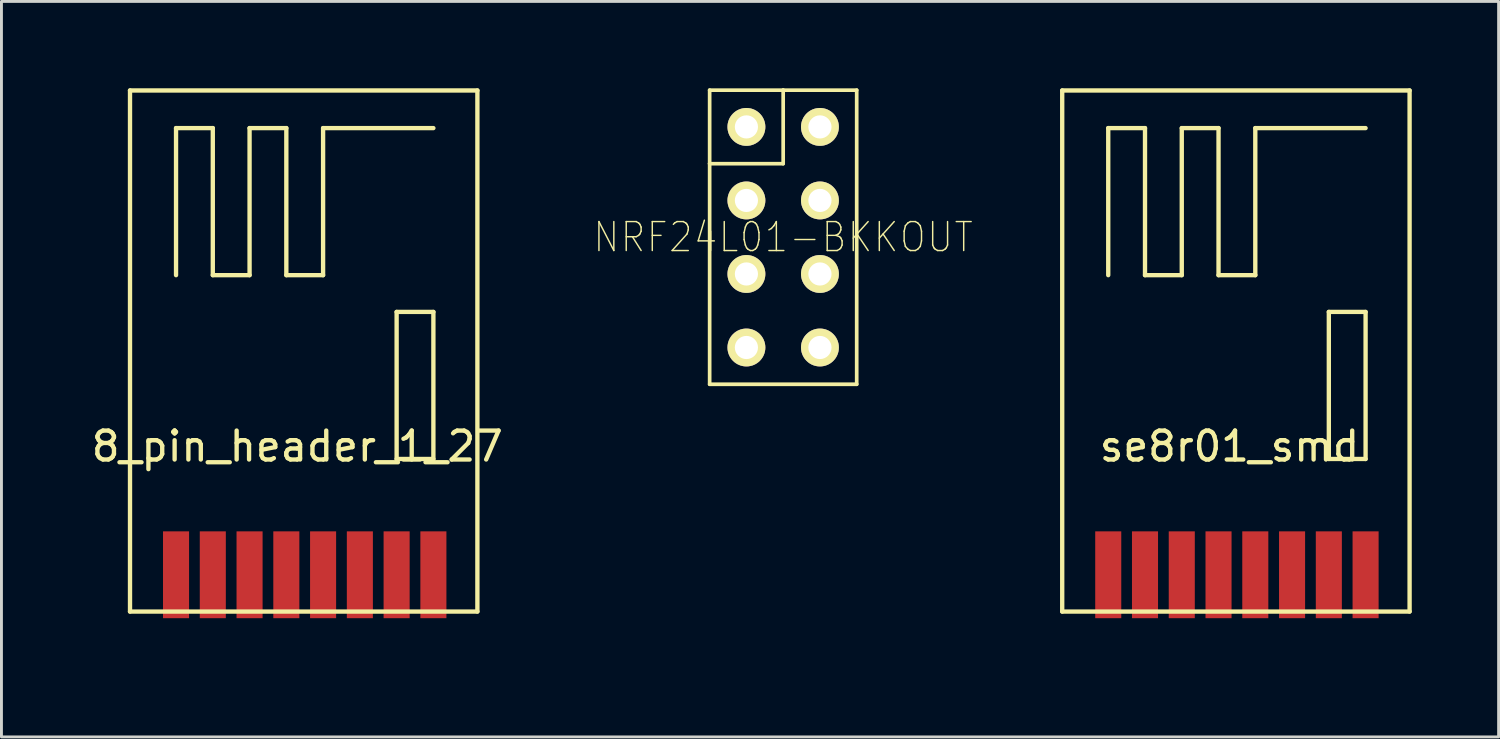
<source format=kicad_pcb>
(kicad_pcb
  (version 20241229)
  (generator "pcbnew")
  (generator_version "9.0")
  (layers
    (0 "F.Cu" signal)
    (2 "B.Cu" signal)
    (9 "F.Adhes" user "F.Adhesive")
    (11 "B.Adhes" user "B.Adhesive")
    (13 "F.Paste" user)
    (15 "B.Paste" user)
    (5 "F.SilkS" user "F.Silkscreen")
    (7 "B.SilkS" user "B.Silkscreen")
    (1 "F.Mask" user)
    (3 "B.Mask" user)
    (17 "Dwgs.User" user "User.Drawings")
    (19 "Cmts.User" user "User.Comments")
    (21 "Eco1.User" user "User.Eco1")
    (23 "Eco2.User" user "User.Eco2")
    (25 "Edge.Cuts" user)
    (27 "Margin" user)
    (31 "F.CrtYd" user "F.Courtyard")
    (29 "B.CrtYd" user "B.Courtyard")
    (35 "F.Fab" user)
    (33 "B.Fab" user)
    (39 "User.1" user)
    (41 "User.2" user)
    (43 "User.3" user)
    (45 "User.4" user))
  (footprint "se8r01_smd"
    (layer "F.Cu")
    (at 33.963 19.155)
    (property "Reference" "se8r01_smd" (at 5.459 -6.787 180) (layer "F.SilkS") (effects (font (size 1 1) (thickness 0.15))))
    (attr through_hole)
    (fp_line (start -0.32 -19.08) (end -0.32 -1.08) (stroke (width 0.15) (type solid)) (layer "F.SilkS"))
    (fp_line (start -0.32 -1.08) (end 11.68 -1.08) (stroke (width 0.15) (type solid)) (layer "F.SilkS"))
    (fp_line (start 1.27 -17.78) (end 2.54 -17.78) (stroke (width 0.15) (type solid)) (layer "F.SilkS"))
    (fp_line (start 1.27 -12.7) (end 1.27 -17.78) (stroke (width 0.15) (type solid)) (layer "F.SilkS"))
    (fp_line (start 2.54 -17.78) (end 2.54 -12.7) (stroke (width 0.15) (type solid)) (layer "F.SilkS"))
    (fp_line (start 2.54 -12.7) (end 3.81 -12.7) (stroke (width 0.15) (type solid)) (layer "F.SilkS"))
    (fp_line (start 3.81 -17.78) (end 5.08 -17.78) (stroke (width 0.15) (type solid)) (layer "F.SilkS"))
    (fp_line (start 3.81 -12.7) (end 3.81 -17.78) (stroke (width 0.15) (type solid)) (layer "F.SilkS"))
    (fp_line (start 5.08 -17.78) (end 5.08 -12.7) (stroke (width 0.15) (type solid)) (layer "F.SilkS"))
    (fp_line (start 5.08 -12.7) (end 6.35 -12.7) (stroke (width 0.15) (type solid)) (layer "F.SilkS"))
    (fp_line (start 6.35 -17.78) (end 10.16 -17.78) (stroke (width 0.15) (type solid)) (layer "F.SilkS"))
    (fp_line (start 6.35 -12.7) (end 6.35 -17.78) (stroke (width 0.15) (type solid)) (layer "F.SilkS"))
    (fp_line (start 8.89 -11.43) (end 10.16 -11.43) (stroke (width 0.15) (type solid)) (layer "F.SilkS"))
    (fp_line (start 8.89 -6.35) (end 8.89 -11.43) (stroke (width 0.15) (type solid)) (layer "F.SilkS"))
    (fp_line (start 10.16 -11.43) (end 10.16 -6.35) (stroke (width 0.15) (type solid)) (layer "F.SilkS"))
    (fp_line (start 10.16 -6.35) (end 8.89 -6.35) (stroke (width 0.15) (type solid)) (layer "F.SilkS"))
    (fp_line (start 11.68 -19.08) (end -0.32 -19.08) (stroke (width 0.15) (type solid)) (layer "F.SilkS"))
    (fp_line (start 11.68 -1.08) (end 11.68 -19.08) (stroke (width 0.15) (type solid)) (layer "F.SilkS"))
    (pad "1" smd rect (at 1.27 -2.35) (size 0.9 3) (layers "F.Cu"))
    (pad "2" smd rect (at 2.54 -2.35) (size 0.9 3) (layers "F.Cu"))
    (pad "3" smd rect (at 3.81 -2.35) (size 0.9 3) (layers "F.Cu"))
    (pad "4" smd rect (at 5.08 -2.35) (size 0.9 3) (layers "F.Cu"))
    (pad "5" smd rect (at 6.35 -2.35) (size 0.9 3) (layers "F.Cu"))
    (pad "6" smd rect (at 7.62 -2.35) (size 0.9 3) (layers "F.Cu"))
    (pad "7" smd rect (at 8.89 -2.35) (size 0.9 3) (layers "F.Cu"))
    (pad "8" smd rect (at 10.16 -2.35) (size 0.9 3) (layers "F.Cu")))
  (footprint "8_pin_header_1_27"
    (layer "F.Cu")
    (at 1.761 19.155)
    (property "Reference" "8_pin_header_1_27" (at 5.459 -6.787 180) (layer "F.SilkS") (effects (font (size 1 1) (thickness 0.15))))
    (attr through_hole)
    (fp_line (start -0.32 -19.08) (end -0.32 -1.08) (stroke (width 0.15) (type solid)) (layer "F.SilkS"))
    (fp_line (start -0.32 -1.08) (end 11.68 -1.08) (stroke (width 0.15) (type solid)) (layer "F.SilkS"))
    (fp_line (start 1.27 -17.78) (end 2.54 -17.78) (stroke (width 0.15) (type solid)) (layer "F.SilkS"))
    (fp_line (start 1.27 -12.7) (end 1.27 -17.78) (stroke (width 0.15) (type solid)) (layer "F.SilkS"))
    (fp_line (start 2.54 -17.78) (end 2.54 -12.7) (stroke (width 0.15) (type solid)) (layer "F.SilkS"))
    (fp_line (start 2.54 -12.7) (end 3.81 -12.7) (stroke (width 0.15) (type solid)) (layer "F.SilkS"))
    (fp_line (start 3.81 -17.78) (end 5.08 -17.78) (stroke (width 0.15) (type solid)) (layer "F.SilkS"))
    (fp_line (start 3.81 -12.7) (end 3.81 -17.78) (stroke (width 0.15) (type solid)) (layer "F.SilkS"))
    (fp_line (start 5.08 -17.78) (end 5.08 -12.7) (stroke (width 0.15) (type solid)) (layer "F.SilkS"))
    (fp_line (start 5.08 -12.7) (end 6.35 -12.7) (stroke (width 0.15) (type solid)) (layer "F.SilkS"))
    (fp_line (start 6.35 -17.78) (end 10.16 -17.78) (stroke (width 0.15) (type solid)) (layer "F.SilkS"))
    (fp_line (start 6.35 -12.7) (end 6.35 -17.78) (stroke (width 0.15) (type solid)) (layer "F.SilkS"))
    (fp_line (start 8.89 -11.43) (end 10.16 -11.43) (stroke (width 0.15) (type solid)) (layer "F.SilkS"))
    (fp_line (start 8.89 -6.35) (end 8.89 -11.43) (stroke (width 0.15) (type solid)) (layer "F.SilkS"))
    (fp_line (start 10.16 -11.43) (end 10.16 -6.35) (stroke (width 0.15) (type solid)) (layer "F.SilkS"))
    (fp_line (start 10.16 -6.35) (end 8.89 -6.35) (stroke (width 0.15) (type solid)) (layer "F.SilkS"))
    (fp_line (start 11.68 -19.08) (end -0.32 -19.08) (stroke (width 0.15) (type solid)) (layer "F.SilkS"))
    (fp_line (start 11.68 -1.08) (end 11.68 -19.08) (stroke (width 0.15) (type solid)) (layer "F.SilkS"))
    (pad "1" smd rect (at 1.27 -2.35) (size 0.9 3) (layers "F.Cu"))
    (pad "2" smd rect (at 2.54 -2.35) (size 0.9 3) (layers "F.Cu"))
    (pad "3" smd rect (at 3.81 -2.35) (size 0.9 3) (layers "F.Cu"))
    (pad "4" smd rect (at 5.08 -2.35) (size 0.9 3) (layers "F.Cu"))
    (pad "5" smd rect (at 6.35 -2.35) (size 0.9 3) (layers "F.Cu"))
    (pad "6" smd rect (at 7.62 -2.35) (size 0.9 3) (layers "F.Cu"))
    (pad "7" smd rect (at 8.89 -2.35) (size 0.9 3) (layers "F.Cu"))
    (pad "8" smd rect (at 10.16 -2.35) (size 0.9 3) (layers "F.Cu")))
  (footprint "NRF24L01-BKKOUT"
    (layer "F.Cu")
    (at 24.004 5.144)
    (property "Reference" "NRF24L01-BKKOUT" (at 0 0 0) (layer "F.SilkS") (effects (font (size 1 0.9) (thickness 0.05))))
    (attr through_hole)
    (fp_line (start -2.54 -5.08) (end -2.54 -2.54) (stroke (width 0.127) (type solid)) (layer "F.SilkS"))
    (fp_line (start -2.54 -2.54) (end -2.54 5.08) (stroke (width 0.127) (type solid)) (layer "F.SilkS"))
    (fp_line (start -2.54 -2.54) (end 0 -2.54) (stroke (width 0.127) (type solid)) (layer "F.SilkS"))
    (fp_line (start -2.54 5.08) (end 2.54 5.08) (stroke (width 0.127) (type solid)) (layer "F.SilkS"))
    (fp_line (start 0 -5.08) (end -2.54 -5.08) (stroke (width 0.127) (type solid)) (layer "F.SilkS"))
    (fp_line (start 0 -2.54) (end 0 -5.08) (stroke (width 0.127) (type solid)) (layer "F.SilkS"))
    (fp_line (start 2.54 -5.08) (end 0 -5.08) (stroke (width 0.127) (type solid)) (layer "F.SilkS"))
    (fp_line (start 2.54 5.08) (end 2.54 -5.08) (stroke (width 0.127) (type solid)) (layer "F.SilkS"))
    (pad "1" thru_hole circle (at -1.27 -3.81) (size 1.308 1.308) (drill 0.8) (layers "*.Cu" "*.Mask" "F.SilkS"))
    (pad "2" thru_hole circle (at 1.27 -3.81) (size 1.308 1.308) (drill 0.8) (layers "*.Cu" "*.Mask" "F.SilkS"))
    (pad "3" thru_hole circle (at -1.27 -1.27) (size 1.308 1.308) (drill 0.8) (layers "*.Cu" "*.Mask" "F.SilkS"))
    (pad "4" thru_hole circle (at 1.27 -1.27) (size 1.308 1.308) (drill 0.8) (layers "*.Cu" "*.Mask" "F.SilkS"))
    (pad "5" thru_hole circle (at -1.27 1.27) (size 1.308 1.308) (drill 0.8) (layers "*.Cu" "*.Mask" "F.SilkS"))
    (pad "6" thru_hole circle (at 1.27 1.27) (size 1.308 1.308) (drill 0.8) (layers "*.Cu" "*.Mask" "F.SilkS"))
    (pad "7" thru_hole circle (at -1.27 3.81) (size 1.308 1.308) (drill 0.8) (layers "*.Cu" "*.Mask" "F.SilkS"))
    (pad "8" thru_hole circle (at 1.27 3.81) (size 1.308 1.308) (drill 0.8) (layers "*.Cu" "*.Mask" "F.SilkS")))
  (gr_rect
    (start -3 -3)
    (end 48.718 22.405)
    (stroke (width 0.1) (type default))
    (fill no)
    (layer "Edge.Cuts")))
</source>
